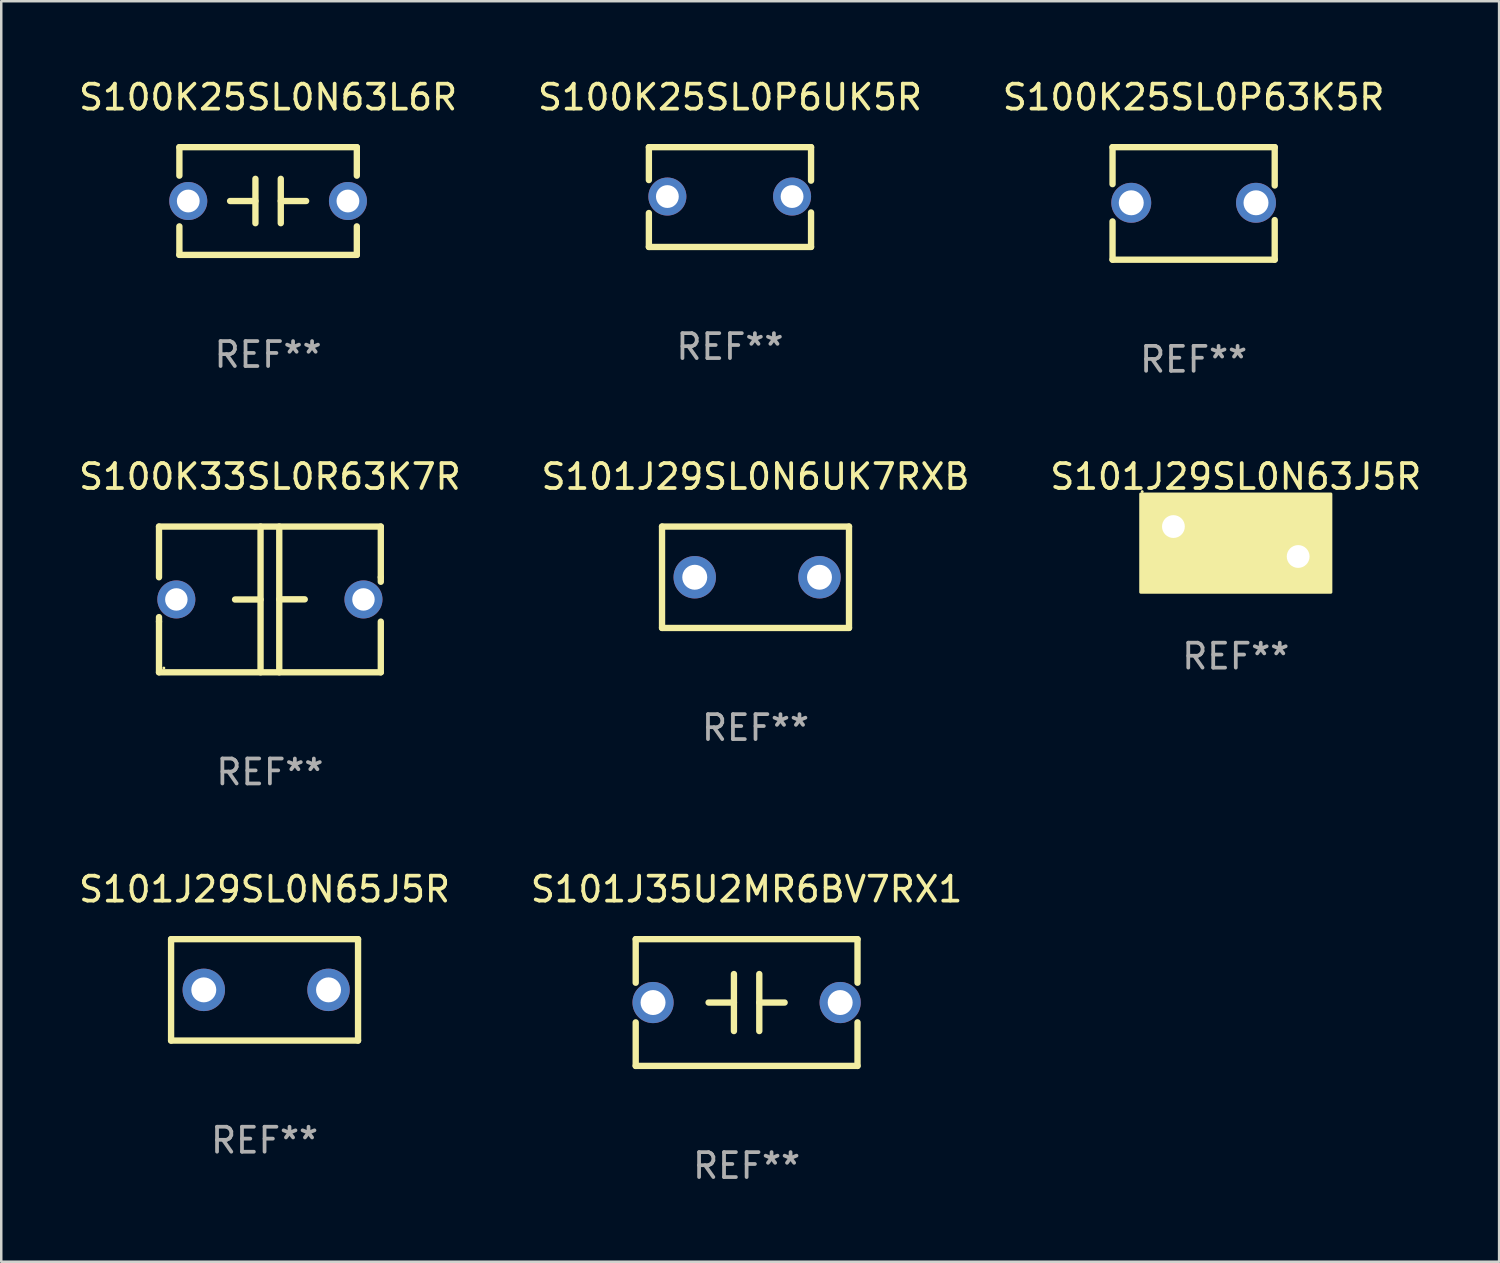
<source format=kicad_pcb>
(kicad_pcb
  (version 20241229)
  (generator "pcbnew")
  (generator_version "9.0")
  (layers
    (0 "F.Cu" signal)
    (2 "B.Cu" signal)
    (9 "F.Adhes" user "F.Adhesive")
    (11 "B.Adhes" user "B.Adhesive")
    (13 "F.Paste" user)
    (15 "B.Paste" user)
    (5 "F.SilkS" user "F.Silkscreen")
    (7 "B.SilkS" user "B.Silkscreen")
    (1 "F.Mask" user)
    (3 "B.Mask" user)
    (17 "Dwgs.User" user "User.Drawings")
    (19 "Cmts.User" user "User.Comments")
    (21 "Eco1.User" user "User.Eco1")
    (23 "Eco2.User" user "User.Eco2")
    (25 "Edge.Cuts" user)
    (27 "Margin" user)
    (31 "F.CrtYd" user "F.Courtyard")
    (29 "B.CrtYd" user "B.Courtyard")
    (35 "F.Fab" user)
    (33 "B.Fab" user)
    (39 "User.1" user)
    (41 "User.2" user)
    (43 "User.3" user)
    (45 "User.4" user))
  (footprint "S101J29SL0N63J5R"
    (layer "F.Cu")
    (at 46.482 18.655)
    (property "Reference" "S101J29SL0N63J5R" (at 0 -2.6 0) (layer "F.SilkS") (effects (font (size 1 1) (thickness 0.15))))
    (attr through_hole)
    (fp_circle (center -3.75 -2) (end -3.72 -2) (stroke (width 0.06) (type solid)) (fill no) (layer "F.SilkS"))
    (fp_poly (pts (xy -3.81 -1.905) (xy 3.81 -1.905) (xy 3.81 2.032) (xy -3.81 2.032)) (stroke (width 0.12) (type solid)) (fill yes) (layer "F.SilkS"))
    (fp_text user "REF**" (at 0 4.6 0) (layer "F.Fab") (effects (font (size 1 1) (thickness 0.15))))
    (pad "1" thru_hole circle (at -2.5 -0.6) (size 1.524 1.524) (drill 0.914) (layers "*.Cu" "*.Mask"))
    (pad "2" thru_hole circle (at 2.5 0.6) (size 1.524 1.524) (drill 0.914) (layers "*.Cu" "*.Mask")))
  (footprint "S101J29SL0N65J5R"
    (layer "F.Cu")
    (at 7.554 36.625)
    (property "Reference" "S101J29SL0N65J5R" (at 0 -4.032 0) (layer "F.SilkS") (effects (font (size 1 1) (thickness 0.15))))
    (attr through_hole)
    (fp_line (start -3.747 -2.032) (end -3.747 2.032) (stroke (width 0.254) (type solid)) (layer "F.SilkS"))
    (fp_line (start -3.747 2.032) (end 3.747 2.032) (stroke (width 0.254) (type solid)) (layer "F.SilkS"))
    (fp_line (start 3.747 -2.032) (end -3.747 -2.032) (stroke (width 0.254) (type solid)) (layer "F.SilkS"))
    (fp_line (start 3.747 2.032) (end 3.747 -2.032) (stroke (width 0.254) (type solid)) (layer "F.SilkS"))
    (fp_circle (center -3.687 2) (end -3.657 2) (stroke (width 0.06) (type solid)) (fill no) (layer "F.SilkS"))
    (fp_text user "REF**" (at 0 6.032 0) (layer "F.Fab") (effects (font (size 1 1) (thickness 0.15))))
    (pad "1" thru_hole circle (at -2.436 0) (size 1.7 1.7) (drill 1) (layers "*.Cu" "*.Mask"))
    (pad "2" thru_hole circle (at 2.564 0) (size 1.7 1.7) (drill 1) (layers "*.Cu" "*.Mask")))
  (footprint "S100K25SL0N63L6R"
    (layer "F.Cu")
    (at 7.696 5.007)
    (property "Reference" "S100K25SL0N63L6R" (at 0 -4.159 0) (layer "F.SilkS") (effects (font (size 1 1) (thickness 0.15))))
    (attr through_hole)
    (fp_line (start -3.556 -2.159) (end 3.556 -2.159) (stroke (width 0.254) (type solid)) (layer "F.SilkS"))
    (fp_line (start -3.556 -1.016) (end -3.556 -2.159) (stroke (width 0.254) (type solid)) (layer "F.SilkS"))
    (fp_line (start -3.556 2.159) (end -3.556 1.016) (stroke (width 0.254) (type solid)) (layer "F.SilkS"))
    (fp_line (start -0.508 -0.000025) (end -1.524 -0.000025) (stroke (width 0.254) (type solid)) (layer "F.SilkS"))
    (fp_line (start -0.508 0.889) (end -0.508 -0.889) (stroke (width 0.254) (type solid)) (layer "F.SilkS"))
    (fp_line (start 0.508 -0.889) (end 0.508 0.889) (stroke (width 0.254) (type solid)) (layer "F.SilkS"))
    (fp_line (start 0.508 0.000025) (end 1.524 0.000025) (stroke (width 0.254) (type solid)) (layer "F.SilkS"))
    (fp_line (start 3.556 -2.159) (end 3.556 -1.016) (stroke (width 0.254) (type solid)) (layer "F.SilkS"))
    (fp_line (start 3.556 1.016) (end 3.556 2.159) (stroke (width 0.254) (type solid)) (layer "F.SilkS"))
    (fp_line (start 3.556 2.159) (end -3.556 2.159) (stroke (width 0.254) (type solid)) (layer "F.SilkS"))
    (fp_circle (center -3.5 2) (end -3.47 2) (stroke (width 0.06) (type solid)) (fill no) (layer "F.SilkS"))
    (fp_text user "REF**" (at 0 6.159 0) (layer "F.Fab") (effects (font (size 1 1) (thickness 0.15))))
    (pad "1" thru_hole circle (at -3.2 0) (size 1.524 1.524) (drill 0.914) (layers "*.Cu" "*.Mask"))
    (pad "2" thru_hole circle (at 3.2 0) (size 1.524 1.524) (drill 0.914) (layers "*.Cu" "*.Mask")))
  (footprint "S101J29SL0N6UK7RXB"
    (layer "F.Cu")
    (at 27.232 20.087)
    (property "Reference" "S101J29SL0N6UK7RXB" (at 0 -4.032 0) (layer "F.SilkS") (effects (font (size 1 1) (thickness 0.15))))
    (attr through_hole)
    (fp_line (start -3.747 -2.032) (end -3.747 2.032) (stroke (width 0.254) (type solid)) (layer "F.SilkS"))
    (fp_line (start -3.747 2.032) (end 3.747 2.032) (stroke (width 0.254) (type solid)) (layer "F.SilkS"))
    (fp_line (start 3.747 -2.032) (end -3.747 -2.032) (stroke (width 0.254) (type solid)) (layer "F.SilkS"))
    (fp_line (start 3.747 2.032) (end 3.747 -2.032) (stroke (width 0.254) (type solid)) (layer "F.SilkS"))
    (fp_circle (center -3.687 2) (end -3.657 2) (stroke (width 0.06) (type solid)) (fill no) (layer "F.SilkS"))
    (fp_text user "REF**" (at 0 6.032 0) (layer "F.Fab") (effects (font (size 1 1) (thickness 0.15))))
    (pad "1" thru_hole circle (at -2.436 0) (size 1.7 1.7) (drill 1) (layers "*.Cu" "*.Mask"))
    (pad "2" thru_hole circle (at 2.564 0) (size 1.7 1.7) (drill 1) (layers "*.Cu" "*.Mask")))
  (footprint "S100K25SL0P63K5R"
    (layer "F.Cu")
    (at 44.792 5.103)
    (property "Reference" "S100K25SL0P63K5R" (at 0 -4.255 0) (layer "F.SilkS") (effects (font (size 1 1) (thickness 0.15))))
    (attr through_hole)
    (fp_line (start -3.25 -2.255) (end -3.25 -0.772) (stroke (width 0.254) (type solid)) (layer "F.SilkS"))
    (fp_line (start -3.25 -2.255) (end 3.25 -2.255) (stroke (width 0.254) (type solid)) (layer "F.SilkS"))
    (fp_line (start -3.25 0.722) (end -3.25 2.255) (stroke (width 0.254) (type solid)) (layer "F.SilkS"))
    (fp_line (start 3.25 -2.255) (end 3.25 -0.718) (stroke (width 0.254) (type solid)) (layer "F.SilkS"))
    (fp_line (start 3.25 0.668) (end 3.25 2.255) (stroke (width 0.254) (type solid)) (layer "F.SilkS"))
    (fp_line (start 3.25 2.255) (end -3.25 2.255) (stroke (width 0.254) (type solid)) (layer "F.SilkS"))
    (fp_circle (center -3.25 2.225) (end -3.22 2.225) (stroke (width 0.06) (type solid)) (fill no) (layer "F.SilkS"))
    (fp_text user "REF**" (at 0 6.255 0) (layer "F.Fab") (effects (font (size 1 1) (thickness 0.15))))
    (pad "1" thru_hole circle (at -2.5 -0.025) (size 1.6 1.6) (drill 1) (layers "*.Cu" "*.Mask"))
    (pad "2" thru_hole circle (at 2.5 -0.025) (size 1.6 1.6) (drill 1) (layers "*.Cu" "*.Mask")))
  (footprint "S100K25SL0P6UK5R"
    (layer "F.Cu")
    (at 26.208 4.848)
    (property "Reference" "S100K25SL0P6UK5R" (at 0 -4 0) (layer "F.SilkS") (effects (font (size 1 1) (thickness 0.15))))
    (attr through_hole)
    (fp_line (start -3.25 -2) (end -3.25 -0.68) (stroke (width 0.254) (type solid)) (layer "F.SilkS"))
    (fp_line (start -3.25 -2) (end 3.25 -2) (stroke (width 0.254) (type solid)) (layer "F.SilkS"))
    (fp_line (start -3.25 0.64) (end -3.25 2) (stroke (width 0.254) (type solid)) (layer "F.SilkS"))
    (fp_line (start 3.25 -2) (end 3.25 -0.657) (stroke (width 0.254) (type solid)) (layer "F.SilkS"))
    (fp_line (start 3.25 0.617) (end 3.25 2) (stroke (width 0.254) (type solid)) (layer "F.SilkS"))
    (fp_line (start 3.25 2) (end -3.25 2) (stroke (width 0.254) (type solid)) (layer "F.SilkS"))
    (fp_circle (center -3.26 1.98) (end -3.23 1.98) (stroke (width 0.06) (type solid)) (fill no) (layer "F.SilkS"))
    (fp_text user "REF**" (at 0 6 0) (layer "F.Fab") (effects (font (size 1 1) (thickness 0.15))))
    (pad "1" thru_hole circle (at -2.509 -0.02) (size 1.524 1.524) (drill 0.914) (layers "*.Cu" "*.Mask"))
    (pad "2" thru_hole circle (at 2.489 -0.02) (size 1.524 1.524) (drill 0.914) (layers "*.Cu" "*.Mask")))
  (footprint "S100K33SL0R63K7R"
    (layer "F.Cu")
    (at 7.768 20.976)
    (property "Reference" "S100K33SL0R63K7R" (at 0 -4.921 0) (layer "F.SilkS") (effects (font (size 1 1) (thickness 0.15))))
    (attr through_hole)
    (fp_line (start -4.445 -2.921) (end 4.445 -2.921) (stroke (width 0.254) (type solid)) (layer "F.SilkS"))
    (fp_line (start -4.445 -0.889) (end -4.445 -2.921) (stroke (width 0.254) (type solid)) (layer "F.SilkS"))
    (fp_line (start -4.445 0.889) (end -4.445 0.708) (stroke (width 0.254) (type solid)) (layer "F.SilkS"))
    (fp_line (start -4.445 2.921) (end -4.445 0.889) (stroke (width 0.254) (type solid)) (layer "F.SilkS"))
    (fp_line (start -0.375 0.004) (end -1.397 0.004) (stroke (width 0.254) (type solid)) (layer "F.SilkS"))
    (fp_line (start -0.375 2.921) (end -0.375 -2.921) (stroke (width 0.254) (type solid)) (layer "F.SilkS"))
    (fp_line (start 0.375 -2.921) (end 0.375 2.921) (stroke (width 0.254) (type solid)) (layer "F.SilkS"))
    (fp_line (start 0.375 -0.004) (end 1.397 -0.004) (stroke (width 0.254) (type solid)) (layer "F.SilkS"))
    (fp_line (start 4.445 -2.921) (end 4.445 -0.889) (stroke (width 0.254) (type solid)) (layer "F.SilkS"))
    (fp_line (start 4.445 -0.889) (end 4.445 -0.708) (stroke (width 0.254) (type solid)) (layer "F.SilkS"))
    (fp_line (start 4.445 0.889) (end 4.445 2.921) (stroke (width 0.254) (type solid)) (layer "F.SilkS"))
    (fp_line (start 4.445 2.921) (end -4.445 2.921) (stroke (width 0.254) (type solid)) (layer "F.SilkS"))
    (fp_circle (center -4.25 2.75) (end -4.22 2.75) (stroke (width 0.06) (type solid)) (fill no) (layer "F.SilkS"))
    (fp_text user "REF**" (at 0 6.921 0) (layer "F.Fab") (effects (font (size 1 1) (thickness 0.15))))
    (pad "1" thru_hole circle (at -3.75 0) (size 1.524 1.524) (drill 0.9) (layers "*.Cu" "*.Mask"))
    (pad "2" thru_hole circle (at 3.75 0) (size 1.524 1.524) (drill 0.9) (layers "*.Cu" "*.Mask")))
  (footprint "S101J35U2MR6BV7RX1"
    (layer "F.Cu")
    (at 26.875 37.133)
    (property "Reference" "S101J35U2MR6BV7RX1" (at 0 -4.54 0) (layer "F.SilkS") (effects (font (size 1 1) (thickness 0.15))))
    (attr through_hole)
    (fp_line (start -4.445 -2.54) (end -4.445 -0.794) (stroke (width 0.254) (type solid)) (layer "F.SilkS"))
    (fp_line (start -4.445 0.794) (end -4.445 2.54) (stroke (width 0.254) (type solid)) (layer "F.SilkS"))
    (fp_line (start -4.445 2.54) (end 4.445 2.54) (stroke (width 0.254) (type solid)) (layer "F.SilkS"))
    (fp_line (start -0.508 0.000025) (end -1.524 0.000025) (stroke (width 0.254) (type solid)) (layer "F.SilkS"))
    (fp_line (start -0.508 1.143) (end -0.508 -1.143) (stroke (width 0.254) (type solid)) (layer "F.SilkS"))
    (fp_line (start 0.508 -1.143) (end 0.508 1.143) (stroke (width 0.254) (type solid)) (layer "F.SilkS"))
    (fp_line (start 0.508 -0.000025) (end 1.524 -0.000025) (stroke (width 0.254) (type solid)) (layer "F.SilkS"))
    (fp_line (start 4.445 -2.54) (end -4.445 -2.54) (stroke (width 0.254) (type solid)) (layer "F.SilkS"))
    (fp_line (start 4.445 -0.794) (end 4.445 -2.54) (stroke (width 0.254) (type solid)) (layer "F.SilkS"))
    (fp_line (start 4.445 2.54) (end 4.445 0.794) (stroke (width 0.254) (type solid)) (layer "F.SilkS"))
    (fp_circle (center -4.5 2.5) (end -4.47 2.5) (stroke (width 0.06) (type solid)) (fill no) (layer "F.SilkS"))
    (fp_text user "REF**" (at 0 6.54 0) (layer "F.Fab") (effects (font (size 1 1) (thickness 0.15))))
    (pad "1" thru_hole circle (at -3.75 0) (size 1.65 1.65) (drill 1) (layers "*.Cu" "*.Mask"))
    (pad "2" thru_hole circle (at 3.75 0) (size 1.65 1.65) (drill 1) (layers "*.Cu" "*.Mask")))
  (gr_rect
    (start -3 -3)
    (end 57.036 47.522)
    (stroke (width 0.1) (type default))
    (fill no)
    (layer "Edge.Cuts")))
</source>
